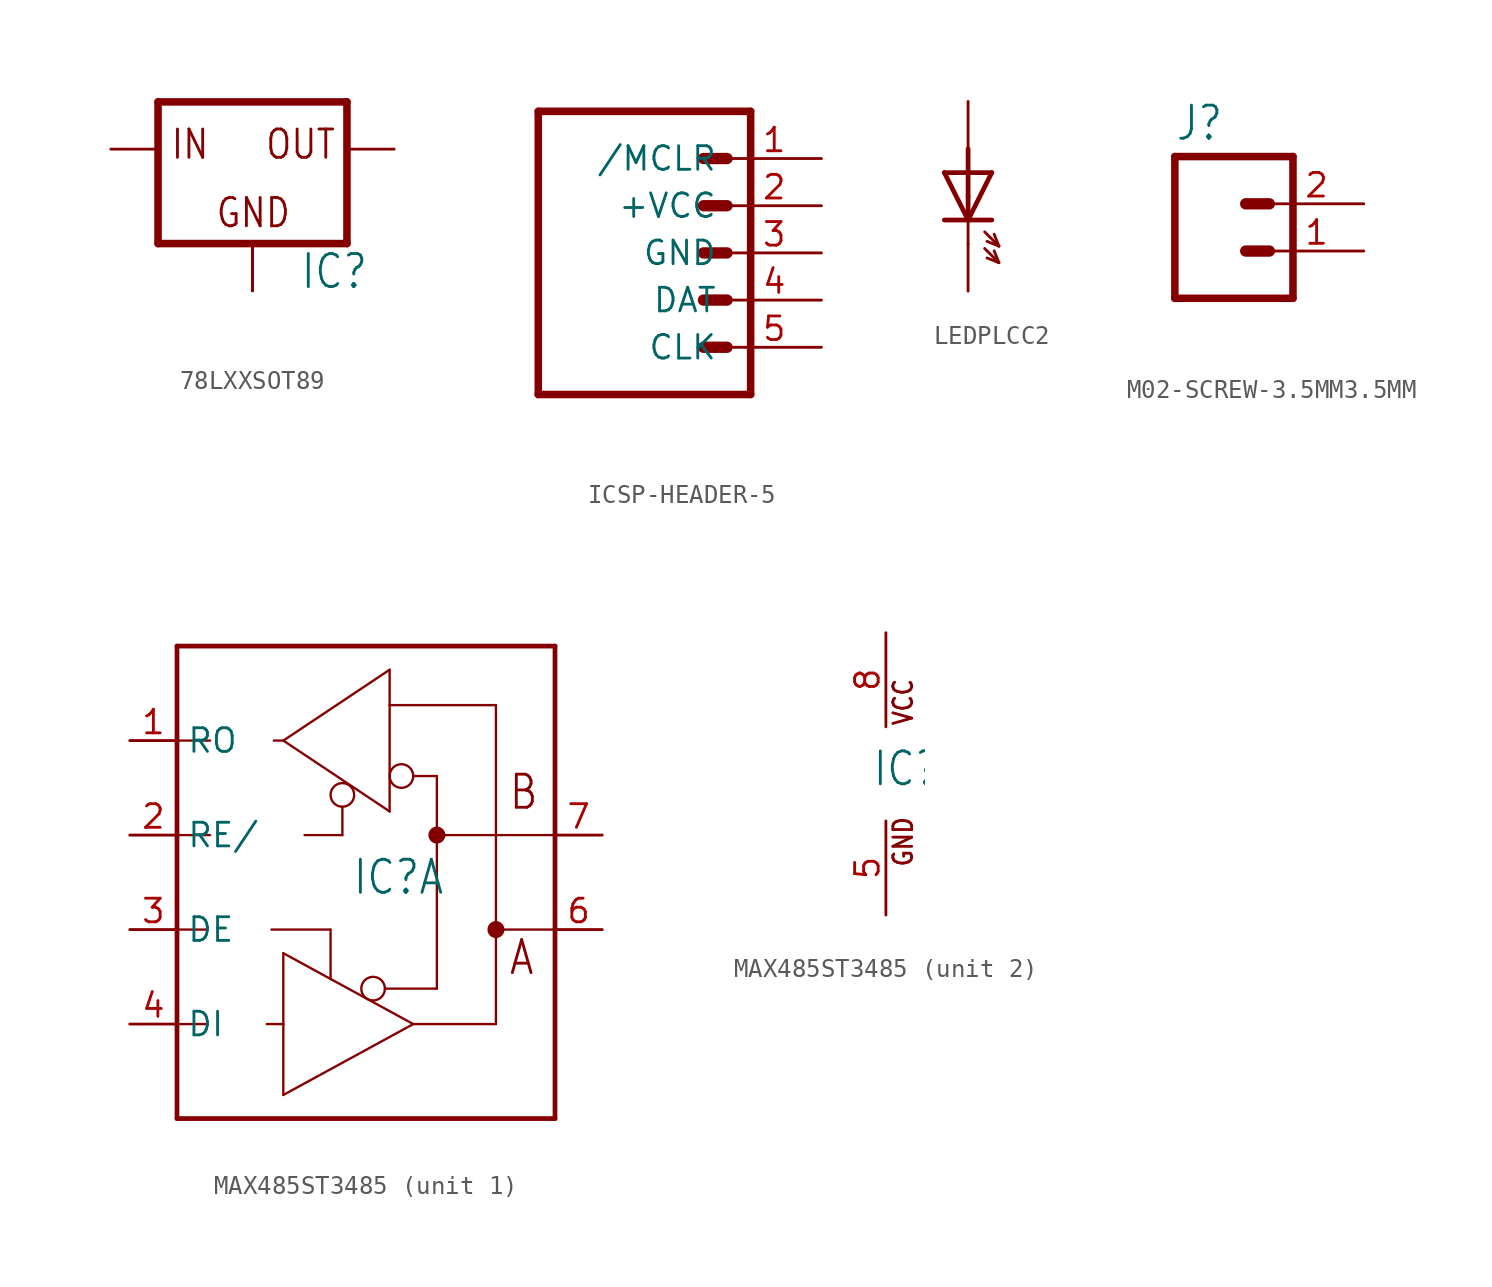
<source format=kicad_sym>
(kicad_symbol_lib
  (version 20220914)
  (generator kicad_symbol_editor)
  (symbol "78LXXSOT89"
    (property "Reference" "IC"
      (at 2.54 -7.62 0)
      (effects (font (size 1.778 1.511)) (justify left bottom)))
    (property "Value" ""
      (at 2.54 -10.16 0)
      (effects (font (size 1.778 1.511)) (justify left bottom)))
    (property "ki_locked" ""
      (at 0 0 0)
      (effects (font (size 1.27 1.27))))
    (symbol "78LXXSOT89_1_0"
      (polyline (pts (xy -5.08 -5.08) (xy 5.08 -5.08)) (stroke (width 0.406) (type solid)) (fill (type none)))
      (polyline (pts (xy -5.08 2.54) (xy -5.08 -5.08)) (stroke (width 0.406) (type solid)) (fill (type none)))
      (polyline (pts (xy 5.08 -5.08) (xy 5.08 2.54)) (stroke (width 0.406) (type solid)) (fill (type none)))
      (polyline (pts (xy 5.08 2.54) (xy -5.08 2.54)) (stroke (width 0.406) (type solid)) (fill (type none)))
      (text "GND" (at -2.032 -4.318 0) (effects (font (size 1.524 1.295)) (justify left bottom)))
      (text "IN" (at -4.445 -0.635 0) (effects (font (size 1.524 1.295)) (justify left bottom)))
      (text "OUT" (at 0.635 -0.635 0) (effects (font (size 1.524 1.295)) (justify left bottom)))
      (pin passive line (at 7.62 0 180) (length 2.54) (name "OUT" (effects (font (size 0 0)))) (number "1" (effects (font (size 0 0)))))
      (pin input line (at 0 -7.62 90) (length 2.54) (name "GND" (effects (font (size 0 0)))) (number "2" (effects (font (size 0 0)))))
      (pin input line (at 0 -7.62 90) (length 2.54) (name "GND" (effects (font (size 0 0)))) (number "2@1" (effects (font (size 0 0)))))
      (pin input line (at -7.62 0 0) (length 2.54) (name "IN" (effects (font (size 0 0)))) (number "3" (effects (font (size 0 0)))))))
  (symbol "ICSP-HEADER-5"
    (property "Reference" ""
      (at -2.54 8.382 0)
      (effects (font (size 1.778 1.511)) (justify left bottom) hide))
    (property "Value" ""
      (at -2.54 -10.16 0)
      (effects (font (size 1.778 1.511)) (justify left bottom)))
    (property "ki_locked" ""
      (at 0 0 0)
      (effects (font (size 1.27 1.27))))
    (symbol "ICSP-HEADER-5_1_0"
      (polyline (pts (xy -7.62 7.62) (xy -7.62 -7.62)) (stroke (width 0.406) (type solid)) (fill (type none)))
      (polyline (pts (xy -7.62 7.62) (xy 3.81 7.62)) (stroke (width 0.406) (type solid)) (fill (type none)))
      (polyline (pts (xy 1.27 -5.08) (xy 2.54 -5.08)) (stroke (width 0.61) (type solid)) (fill (type none)))
      (polyline (pts (xy 1.27 -2.54) (xy 2.54 -2.54)) (stroke (width 0.61) (type solid)) (fill (type none)))
      (polyline (pts (xy 1.27 0) (xy 2.54 0)) (stroke (width 0.61) (type solid)) (fill (type none)))
      (polyline (pts (xy 1.27 2.54) (xy 2.54 2.54)) (stroke (width 0.61) (type solid)) (fill (type none)))
      (polyline (pts (xy 1.27 5.08) (xy 2.54 5.08)) (stroke (width 0.61) (type solid)) (fill (type none)))
      (polyline (pts (xy 3.81 -7.62) (xy -7.62 -7.62)) (stroke (width 0.406) (type solid)) (fill (type none)))
      (polyline (pts (xy 3.81 -7.62) (xy 3.81 7.62)) (stroke (width 0.406) (type solid)) (fill (type none)))
      (pin passive line (at 7.62 5.08 180) (length 5.08) (name "/MCLR" (effects (font (size 1.27 1.27)))) (number "1" (effects (font (size 1.27 1.27)))))
      (pin passive line (at 7.62 2.54 180) (length 5.08) (name "+VCC" (effects (font (size 1.27 1.27)))) (number "2" (effects (font (size 1.27 1.27)))))
      (pin passive line (at 7.62 0 180) (length 5.08) (name "GND" (effects (font (size 1.27 1.27)))) (number "3" (effects (font (size 1.27 1.27)))))
      (pin passive line (at 7.62 -2.54 180) (length 5.08) (name "DAT" (effects (font (size 1.27 1.27)))) (number "4" (effects (font (size 1.27 1.27)))))
      (pin passive line (at 7.62 -5.08 180) (length 5.08) (name "CLK" (effects (font (size 1.27 1.27)))) (number "5" (effects (font (size 1.27 1.27)))))))
  (symbol "LEDPLCC2"
    (property "Reference" ""
      (at -2.54 -5.08 90)
      (effects (font (size 1.778 1.511)) (justify left bottom) hide))
    (property "Value" ""
      (at 3.81 -5.08 90)
      (effects (font (size 1.778 1.511)) (justify left bottom)))
    (property "ki_locked" ""
      (at 0 0 0)
      (effects (font (size 1.27 1.27))))
    (symbol "LEDPLCC2_1_0"
      (polyline (pts (xy 0 -1.27) (xy -1.27 -1.27)) (stroke (width 0.254) (type solid)) (fill (type none)))
      (polyline (pts (xy 0 -1.27) (xy -1.27 1.27)) (stroke (width 0.254) (type solid)) (fill (type none)))
      (polyline (pts (xy 0 -1.27) (xy 0 -2.54)) (stroke (width 0.152) (type solid)) (fill (type none)))
      (polyline (pts (xy 0 0) (xy 0 -1.27)) (stroke (width 0.254) (type solid)) (fill (type none)))
      (polyline (pts (xy 0 1.27) (xy -1.27 1.27)) (stroke (width 0.254) (type solid)) (fill (type none)))
      (polyline (pts (xy 0 1.27) (xy 0 0)) (stroke (width 0.254) (type solid)) (fill (type none)))
      (polyline (pts (xy 0 2.54) (xy 0 1.27)) (stroke (width 0.254) (type solid)) (fill (type none)))
      (polyline (pts (xy 0.889 -2.794) (xy 1.651 -3.556)) (stroke (width 0.152) (type solid)) (fill (type none)))
      (polyline (pts (xy 0.889 -1.905) (xy 1.651 -2.667)) (stroke (width 0.152) (type solid)) (fill (type none)))
      (polyline (pts (xy 1.27 -1.27) (xy 0 -1.27)) (stroke (width 0.254) (type solid)) (fill (type none)))
      (polyline (pts (xy 1.27 1.27) (xy 0 -1.27)) (stroke (width 0.254) (type solid)) (fill (type none)))
      (polyline (pts (xy 1.27 1.27) (xy 0 1.27)) (stroke (width 0.254) (type solid)) (fill (type none)))
      (polyline (pts (xy 1.651 -3.556) (xy 1.016 -3.302)) (stroke (width 0.152) (type solid)) (fill (type none)))
      (polyline (pts (xy 1.651 -3.556) (xy 1.397 -2.921)) (stroke (width 0.152) (type solid)) (fill (type none)))
      (polyline (pts (xy 1.651 -2.667) (xy 1.016 -2.413)) (stroke (width 0.152) (type solid)) (fill (type none)))
      (polyline (pts (xy 1.651 -2.667) (xy 1.397 -2.032)) (stroke (width 0.152) (type solid)) (fill (type none)))
      (pin passive line (at 0 5.08 270) (length 2.54) (name "A" (effects (font (size 0 0)))) (number "A" (effects (font (size 0 0)))))
      (pin passive line (at 0 -5.08 90) (length 2.54) (name "K" (effects (font (size 0 0)))) (number "C" (effects (font (size 0 0)))))))
  (symbol "M02-SCREW-3.5MM3.5MM"
    (property "Reference" "J"
      (at -2.54 5.842 0)
      (effects (font (size 1.778 1.511)) (justify left bottom)))
    (property "Value" ""
      (at -2.54 -5.08 0)
      (effects (font (size 1.778 1.511)) (justify left bottom)))
    (property "ki_locked" ""
      (at 0 0 0)
      (effects (font (size 1.27 1.27))))
    (symbol "M02-SCREW-3.5MM3.5MM_1_0"
      (polyline (pts (xy -2.54 5.08) (xy -2.54 -2.54)) (stroke (width 0.406) (type solid)) (fill (type none)))
      (polyline (pts (xy -2.54 5.08) (xy 3.81 5.08)) (stroke (width 0.406) (type solid)) (fill (type none)))
      (polyline (pts (xy 1.27 0) (xy 2.54 0)) (stroke (width 0.61) (type solid)) (fill (type none)))
      (polyline (pts (xy 1.27 2.54) (xy 2.54 2.54)) (stroke (width 0.61) (type solid)) (fill (type none)))
      (polyline (pts (xy 3.81 -2.54) (xy -2.54 -2.54)) (stroke (width 0.406) (type solid)) (fill (type none)))
      (polyline (pts (xy 3.81 -2.54) (xy 3.81 5.08)) (stroke (width 0.406) (type solid)) (fill (type none)))
      (pin passive line (at 7.62 0 180) (length 5.08) (name "1" (effects (font (size 0 0)))) (number "1" (effects (font (size 1.27 1.27)))))
      (pin passive line (at 7.62 2.54 180) (length 5.08) (name "2" (effects (font (size 0 0)))) (number "2" (effects (font (size 1.27 1.27)))))))
  (symbol "MAX485ST3485"
    (property "Reference" "IC"
      (at -0.762 -0.762 0)
      (effects (font (size 1.778 1.511)) (justify left bottom)))
    (property "ki_locked" ""
      (at 0 0 0)
      (effects (font (size 1.27 1.27))))
    (symbol "MAX485ST3485_1_0"
      (circle (center -1.27 4.699) (radius 0.635) (stroke (width 0.127) (type solid)) (fill (type none)))
      (polyline (pts (xy -10.16 -12.7) (xy -10.16 -7.62)) (stroke (width 0.254) (type solid)) (fill (type none)))
      (polyline (pts (xy -10.16 -7.62) (xy -10.16 -2.54)) (stroke (width 0.254) (type solid)) (fill (type none)))
      (polyline (pts (xy -10.16 -7.62) (xy -8.509 -7.62)) (stroke (width 0.127) (type solid)) (fill (type none)))
      (polyline (pts (xy -10.16 -2.54) (xy -10.16 2.54)) (stroke (width 0.254) (type solid)) (fill (type none)))
      (polyline (pts (xy -10.16 -2.54) (xy -8.509 -2.54)) (stroke (width 0.127) (type solid)) (fill (type none)))
      (polyline (pts (xy -10.16 2.54) (xy -10.16 7.62)) (stroke (width 0.254) (type solid)) (fill (type none)))
      (polyline (pts (xy -10.16 2.54) (xy -8.382 2.54)) (stroke (width 0.127) (type solid)) (fill (type none)))
      (polyline (pts (xy -10.16 7.62) (xy -10.16 12.7)) (stroke (width 0.254) (type solid)) (fill (type none)))
      (polyline (pts (xy -10.16 7.62) (xy -8.382 7.62)) (stroke (width 0.127) (type solid)) (fill (type none)))
      (polyline (pts (xy -10.16 12.7) (xy 10.16 12.7)) (stroke (width 0.254) (type solid)) (fill (type none)))
      (polyline (pts (xy -5.334 -7.62) (xy -4.445 -7.62)) (stroke (width 0.127) (type solid)) (fill (type none)))
      (polyline (pts (xy -5.08 -2.54) (xy -1.905 -2.54)) (stroke (width 0.127) (type solid)) (fill (type none)))
      (polyline (pts (xy -4.953 7.62) (xy -4.445 7.62)) (stroke (width 0.127) (type solid)) (fill (type none)))
      (polyline (pts (xy -4.445 -11.43) (xy -4.445 -7.62)) (stroke (width 0.127) (type solid)) (fill (type none)))
      (polyline (pts (xy -4.445 -7.62) (xy -4.445 -3.81)) (stroke (width 0.127) (type solid)) (fill (type none)))
      (polyline (pts (xy -4.445 -3.81) (xy 2.54 -7.62)) (stroke (width 0.127) (type solid)) (fill (type none)))
      (polyline (pts (xy -4.445 7.62) (xy 1.27 11.43)) (stroke (width 0.127) (type solid)) (fill (type none)))
      (polyline (pts (xy -3.302 2.54) (xy -1.27 2.54)) (stroke (width 0.127) (type solid)) (fill (type none)))
      (polyline (pts (xy -1.905 -2.54) (xy -1.905 -5.207)) (stroke (width 0.127) (type solid)) (fill (type none)))
      (polyline (pts (xy -1.27 2.54) (xy -1.27 4.064)) (stroke (width 0.127) (type solid)) (fill (type none)))
      (polyline (pts (xy 1.016 -5.715) (xy 3.81 -5.715)) (stroke (width 0.127) (type solid)) (fill (type none)))
      (polyline (pts (xy 1.27 3.81) (xy -4.445 7.62)) (stroke (width 0.127) (type solid)) (fill (type none)))
      (polyline (pts (xy 1.27 9.525) (xy 1.27 3.81)) (stroke (width 0.127) (type solid)) (fill (type none)))
      (polyline (pts (xy 1.27 9.525) (xy 6.985 9.525)) (stroke (width 0.127) (type solid)) (fill (type none)))
      (polyline (pts (xy 1.27 11.43) (xy 1.27 9.525)) (stroke (width 0.127) (type solid)) (fill (type none)))
      (polyline (pts (xy 2.54 -7.62) (xy -4.445 -11.43)) (stroke (width 0.127) (type solid)) (fill (type none)))
      (polyline (pts (xy 2.54 -7.62) (xy 6.985 -7.62)) (stroke (width 0.127) (type solid)) (fill (type none)))
      (polyline (pts (xy 3.81 -5.715) (xy 3.81 2.54)) (stroke (width 0.127) (type solid)) (fill (type none)))
      (polyline (pts (xy 3.81 2.54) (xy 3.81 5.715)) (stroke (width 0.127) (type solid)) (fill (type none)))
      (polyline (pts (xy 3.81 5.715) (xy 2.54 5.715)) (stroke (width 0.127) (type solid)) (fill (type none)))
      (polyline (pts (xy 6.985 -7.62) (xy 6.985 -2.54)) (stroke (width 0.127) (type solid)) (fill (type none)))
      (polyline (pts (xy 6.985 -2.54) (xy 6.985 9.525)) (stroke (width 0.127) (type solid)) (fill (type none)))
      (polyline (pts (xy 10.16 -12.7) (xy -10.16 -12.7)) (stroke (width 0.254) (type solid)) (fill (type none)))
      (polyline (pts (xy 10.16 -2.54) (xy 6.985 -2.54)) (stroke (width 0.127) (type solid)) (fill (type none)))
      (polyline (pts (xy 10.16 -2.54) (xy 10.16 -12.7)) (stroke (width 0.254) (type solid)) (fill (type none)))
      (polyline (pts (xy 10.16 2.54) (xy 3.81 2.54)) (stroke (width 0.127) (type solid)) (fill (type none)))
      (polyline (pts (xy 10.16 2.54) (xy 10.16 -2.54)) (stroke (width 0.254) (type solid)) (fill (type none)))
      (polyline (pts (xy 10.16 12.7) (xy 10.16 2.54)) (stroke (width 0.254) (type solid)) (fill (type none)))
      (circle (center 0.381 -5.715) (radius 0.635) (stroke (width 0.127) (type solid)) (fill (type none)))
      (circle (center 1.905 5.715) (radius 0.635) (stroke (width 0.127) (type solid)) (fill (type none)))
      (circle (center 3.81 2.54) (radius 0.254) (stroke (width 0.406) (type solid)) (fill (type none)))
      (circle (center 6.985 -2.54) (radius 0.254) (stroke (width 0.406) (type solid)) (fill (type none)))
      (text "A" (at 7.62 -5.08 0) (effects (font (size 1.778 1.511)) (justify left bottom)))
      (text "B" (at 7.62 3.81 0) (effects (font (size 1.778 1.511)) (justify left bottom)))
      (pin output line (at -12.7 7.62 0) (length 2.54) (name "RO" (effects (font (size 1.27 1.27)))) (number "1" (effects (font (size 1.27 1.27)))))
      (pin input line (at -12.7 2.54 0) (length 2.54) (name "RE/" (effects (font (size 1.27 1.27)))) (number "2" (effects (font (size 1.27 1.27)))))
      (pin input line (at -12.7 -2.54 0) (length 2.54) (name "DE" (effects (font (size 1.27 1.27)))) (number "3" (effects (font (size 1.27 1.27)))))
      (pin input line (at -12.7 -7.62 0) (length 2.54) (name "DI" (effects (font (size 1.27 1.27)))) (number "4" (effects (font (size 1.27 1.27)))))
      (pin passive line (at 12.7 -2.54 180) (length 2.54) (name "A" (effects (font (size 0 0)))) (number "6" (effects (font (size 1.27 1.27)))))
      (pin passive line (at 12.7 2.54 180) (length 2.54) (name "B" (effects (font (size 0 0)))) (number "7" (effects (font (size 1.27 1.27))))))
    (symbol "MAX485ST3485_2_0"
      (text "GND" (at 1.524 -5.08 900) (effects (font (size 1.016 0.864)) (justify left bottom)))
      (text "VCC" (at 1.524 2.54 900) (effects (font (size 1.016 0.864)) (justify left bottom)))
      (pin power_in line (at 0 -7.62 90) (length 5.08) (name "GND" (effects (font (size 0 0)))) (number "5" (effects (font (size 1.27 1.27)))))
      (pin power_in line (at 0 7.62 270) (length 5.08) (name "VCC" (effects (font (size 0 0)))) (number "8" (effects (font (size 1.27 1.27))))))))
</source>
